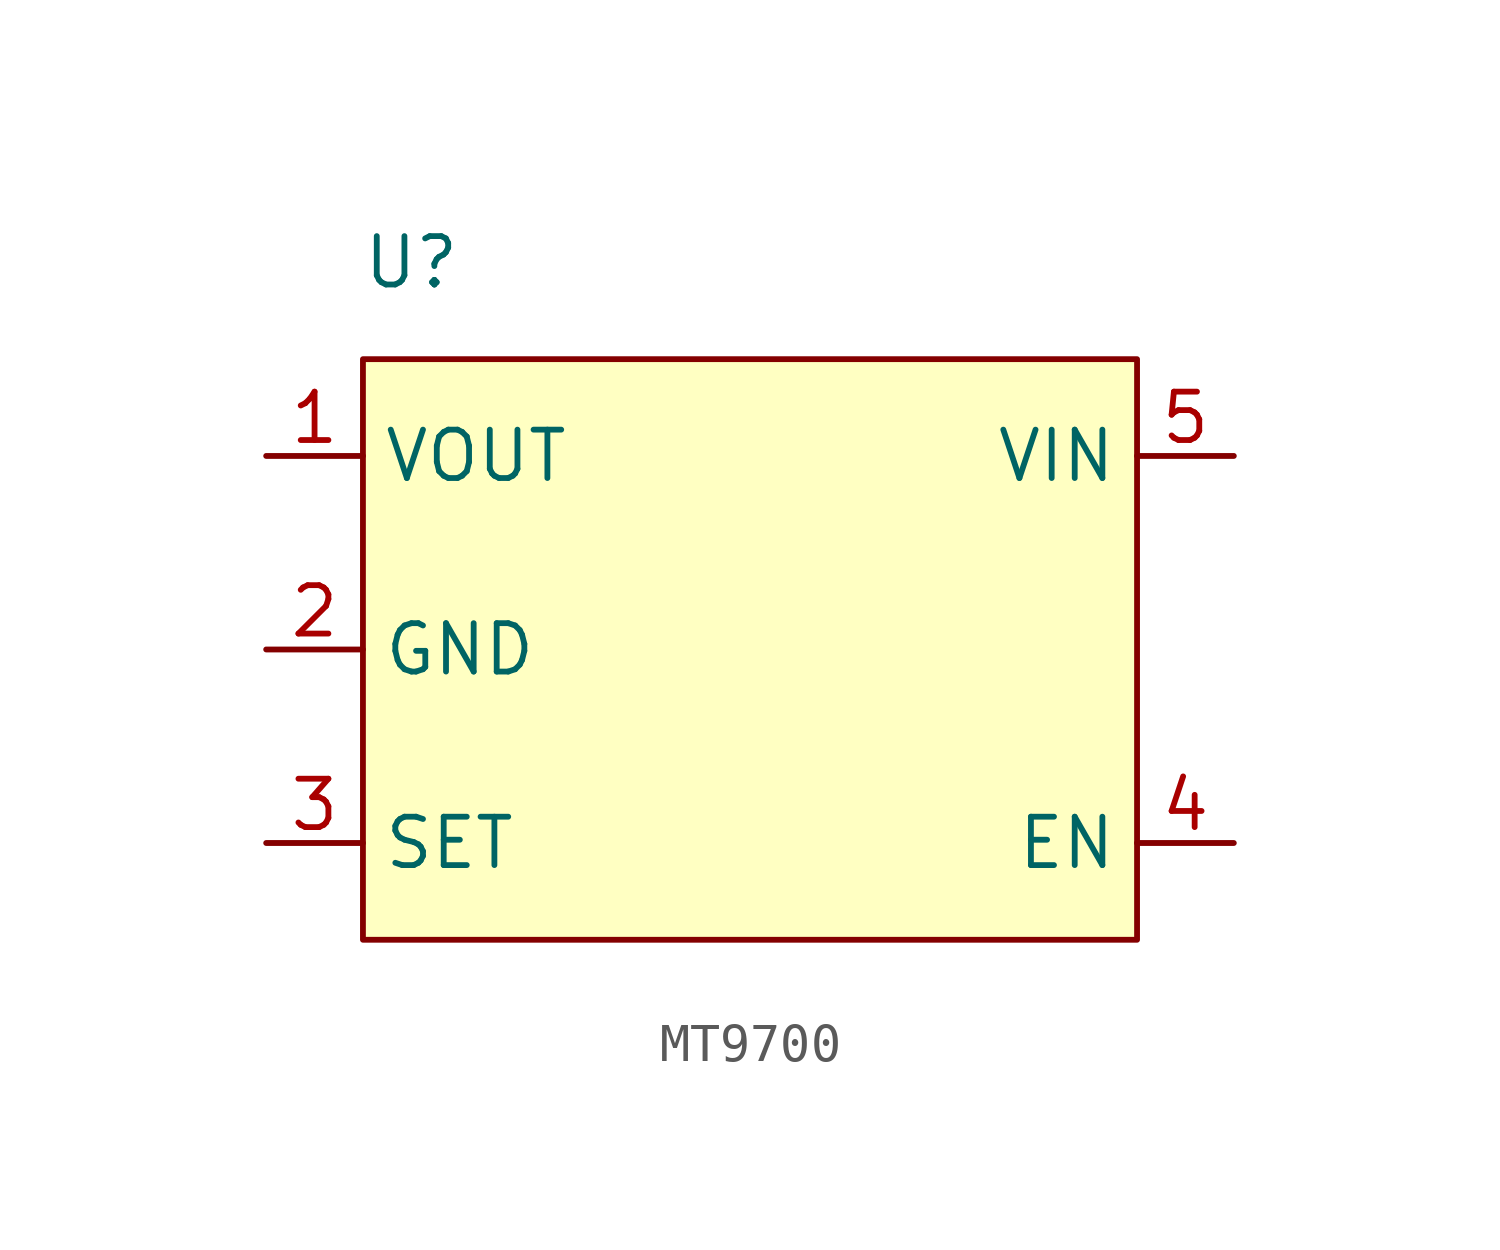
<source format=kicad_sym>
(kicad_symbol_lib
  (version 20220914)
  (generator kicad_symbol_editor)
  (symbol "MT9700"
    (property "Reference" "U"
      (at -3.81 5.08 0)
      (effects (font (size 1.27 1.27))))
    (property "Value" ""
      (at 0 0 0)
      (effects (font (size 1.27 1.27))))
    (symbol "MT9700_1_1"
      (rectangle (start -5.08 2.54) (end 15.24 -12.7) (stroke (width 0) (type default)) (fill (type background)))
      (pin input line (at -7.62 0 0) (length 2.54) (name "VOUT" (effects (font (size 1.27 1.27)))) (number "1" (effects (font (size 1.27 1.27)))))
      (pin input line (at -7.62 -5.08 0) (length 2.54) (name "GND" (effects (font (size 1.27 1.27)))) (number "2" (effects (font (size 1.27 1.27)))))
      (pin input line (at -7.62 -10.16 0) (length 2.54) (name "SET" (effects (font (size 1.27 1.27)))) (number "3" (effects (font (size 1.27 1.27)))))
      (pin input line (at 17.78 -10.16 180) (length 2.54) (name "EN" (effects (font (size 1.27 1.27)))) (number "4" (effects (font (size 1.27 1.27)))))
      (pin input line (at 17.78 0 180) (length 2.54) (name "VIN" (effects (font (size 1.27 1.27)))) (number "5" (effects (font (size 1.27 1.27))))))))
</source>
